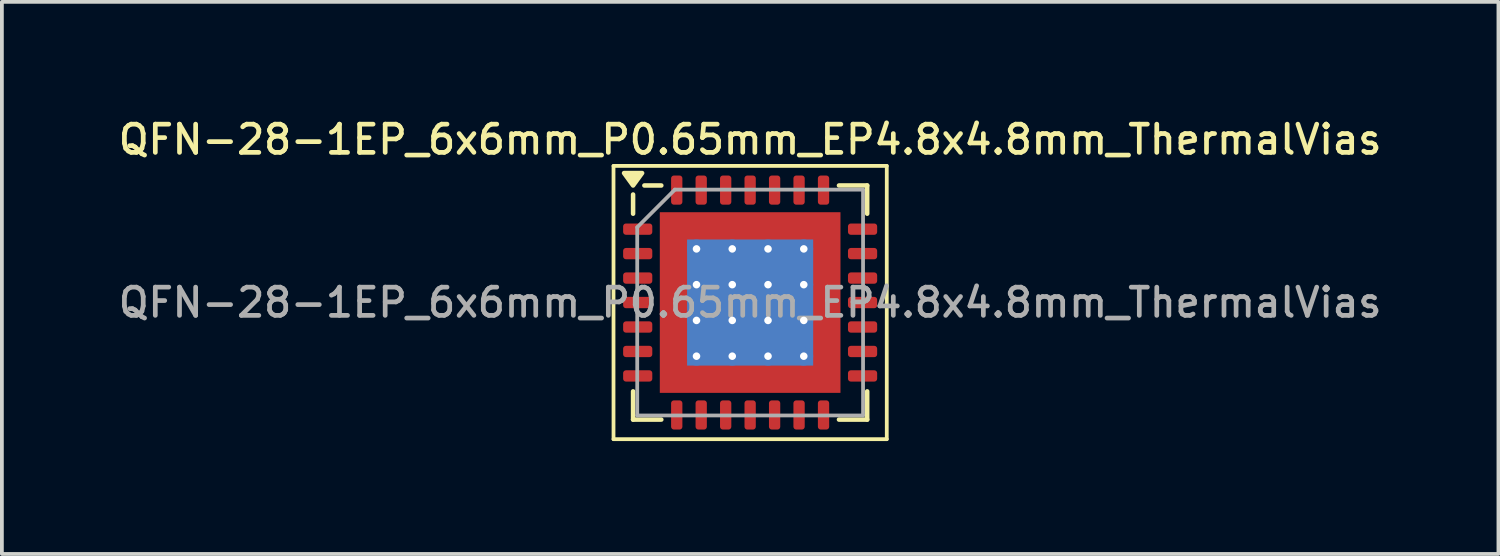
<source format=kicad_pcb>
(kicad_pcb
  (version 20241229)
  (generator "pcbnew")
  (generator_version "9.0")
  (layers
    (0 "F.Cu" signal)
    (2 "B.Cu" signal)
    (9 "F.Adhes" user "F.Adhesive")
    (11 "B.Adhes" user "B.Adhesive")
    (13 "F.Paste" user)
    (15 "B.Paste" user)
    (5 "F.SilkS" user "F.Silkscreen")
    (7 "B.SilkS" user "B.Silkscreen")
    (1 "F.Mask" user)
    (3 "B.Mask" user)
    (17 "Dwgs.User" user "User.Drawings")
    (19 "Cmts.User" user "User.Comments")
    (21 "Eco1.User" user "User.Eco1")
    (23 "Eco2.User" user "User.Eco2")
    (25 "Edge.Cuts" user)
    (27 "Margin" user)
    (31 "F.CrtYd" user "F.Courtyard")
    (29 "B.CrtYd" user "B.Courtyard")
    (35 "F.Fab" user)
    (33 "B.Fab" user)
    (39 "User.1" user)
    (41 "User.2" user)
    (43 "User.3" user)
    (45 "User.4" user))
  (footprint "QFN-28-1EP_6x6mm_P0.65mm_EP4.8x4.8mm_ThermalVias"
    (layer "F.Cu")
    (at 16.88 4.988)
    (property "Reference" "QFN-28-1EP_6x6mm_P0.65mm_EP4.8x4.8mm_ThermalVias" (at 0 -4.33 0) (layer "F.SilkS") (effects (font (size 0.75 0.75) (thickness 0.125))))
    (attr smd)
    (fp_line (start -3.63 -3.63) (end -3.63 3.63) (stroke (width 0.1) (type solid)) (layer "F.SilkS"))
    (fp_line (start -3.63 3.63) (end 3.63 3.63) (stroke (width 0.1) (type solid)) (layer "F.SilkS"))
    (fp_line (start -3.11 -2.36) (end -3.11 -2.87) (stroke (width 0.12) (type solid)) (layer "F.SilkS"))
    (fp_line (start -3.11 3.11) (end -3.11 2.36) (stroke (width 0.12) (type solid)) (layer "F.SilkS"))
    (fp_line (start -2.36 -3.11) (end -2.81 -3.11) (stroke (width 0.12) (type solid)) (layer "F.SilkS"))
    (fp_line (start -2.36 3.11) (end -3.11 3.11) (stroke (width 0.12) (type solid)) (layer "F.SilkS"))
    (fp_line (start 2.36 -3.11) (end 3.11 -3.11) (stroke (width 0.12) (type solid)) (layer "F.SilkS"))
    (fp_line (start 2.36 3.11) (end 3.11 3.11) (stroke (width 0.12) (type solid)) (layer "F.SilkS"))
    (fp_line (start 3.11 -3.11) (end 3.11 -2.36) (stroke (width 0.12) (type solid)) (layer "F.SilkS"))
    (fp_line (start 3.11 3.11) (end 3.11 2.36) (stroke (width 0.12) (type solid)) (layer "F.SilkS"))
    (fp_line (start 3.63 -3.63) (end -3.63 -3.63) (stroke (width 0.1) (type solid)) (layer "F.SilkS"))
    (fp_line (start 3.63 3.63) (end 3.63 -3.63) (stroke (width 0.1) (type solid)) (layer "F.SilkS"))
    (fp_poly (pts (xy -3.11 -3.11) (xy -3.35 -3.44) (xy -2.87 -3.44) (xy -3.11 -3.11)) (stroke (width 0.12) (type solid)) (fill yes) (layer "F.SilkS"))
    (fp_line (start -3 -2) (end -2 -3) (stroke (width 0.1) (type solid)) (layer "F.Fab"))
    (fp_line (start -3 3) (end -3 -2) (stroke (width 0.1) (type solid)) (layer "F.Fab"))
    (fp_line (start -2 -3) (end 3 -3) (stroke (width 0.1) (type solid)) (layer "F.Fab"))
    (fp_line (start 3 -3) (end 3 3) (stroke (width 0.1) (type solid)) (layer "F.Fab"))
    (fp_line (start 3 3) (end -3 3) (stroke (width 0.1) (type solid)) (layer "F.Fab"))
    (fp_text user "${REFERENCE}" (at 0 0 0) (layer "F.Fab") (effects (font (size 0.75 0.75) (thickness 0.125))))
    (pad "" smd roundrect (at -1.913 -1.913) (size 0.786 0.786) (layers "F.Paste") (roundrect_rratio 0.25))
    (pad "" smd roundrect (at -1.913 -0.95) (size 0.786 0.766) (layers "F.Paste") (roundrect_rratio 0.25))
    (pad "" smd roundrect (at -1.913 0) (size 0.786 0.766) (layers "F.Paste") (roundrect_rratio 0.25))
    (pad "" smd roundrect (at -1.913 0.95) (size 0.786 0.766) (layers "F.Paste") (roundrect_rratio 0.25))
    (pad "" smd roundrect (at -1.913 1.913) (size 0.786 0.786) (layers "F.Paste") (roundrect_rratio 0.25))
    (pad "" smd roundrect (at -0.95 -1.913) (size 0.766 0.786) (layers "F.Paste") (roundrect_rratio 0.25))
    (pad "" smd roundrect (at -0.95 -0.95) (size 0.766 0.766) (layers "F.Paste") (roundrect_rratio 0.25))
    (pad "" smd roundrect (at -0.95 0) (size 0.766 0.766) (layers "F.Paste") (roundrect_rratio 0.25))
    (pad "" smd roundrect (at -0.95 0.95) (size 0.766 0.766) (layers "F.Paste") (roundrect_rratio 0.25))
    (pad "" smd roundrect (at -0.95 1.913) (size 0.766 0.786) (layers "F.Paste") (roundrect_rratio 0.25))
    (pad "" smd roundrect (at 0 -1.913) (size 0.766 0.786) (layers "F.Paste") (roundrect_rratio 0.25))
    (pad "" smd roundrect (at 0 -0.95) (size 0.766 0.766) (layers "F.Paste") (roundrect_rratio 0.25))
    (pad "" smd roundrect (at 0 0) (size 0.766 0.766) (layers "F.Paste") (roundrect_rratio 0.25))
    (pad "" smd roundrect (at 0 0.95) (size 0.766 0.766) (layers "F.Paste") (roundrect_rratio 0.25))
    (pad "" smd roundrect (at 0 1.913) (size 0.766 0.786) (layers "F.Paste") (roundrect_rratio 0.25))
    (pad "" smd roundrect (at 0.95 -1.913) (size 0.766 0.786) (layers "F.Paste") (roundrect_rratio 0.25))
    (pad "" smd roundrect (at 0.95 -0.95) (size 0.766 0.766) (layers "F.Paste") (roundrect_rratio 0.25))
    (pad "" smd roundrect (at 0.95 0) (size 0.766 0.766) (layers "F.Paste") (roundrect_rratio 0.25))
    (pad "" smd roundrect (at 0.95 0.95) (size 0.766 0.766) (layers "F.Paste") (roundrect_rratio 0.25))
    (pad "" smd roundrect (at 0.95 1.913) (size 0.766 0.786) (layers "F.Paste") (roundrect_rratio 0.25))
    (pad "" smd roundrect (at 1.913 -1.913) (size 0.786 0.786) (layers "F.Paste") (roundrect_rratio 0.25))
    (pad "" smd roundrect (at 1.913 -0.95) (size 0.786 0.766) (layers "F.Paste") (roundrect_rratio 0.25))
    (pad "" smd roundrect (at 1.913 0) (size 0.786 0.766) (layers "F.Paste") (roundrect_rratio 0.25))
    (pad "" smd roundrect (at 1.913 0.95) (size 0.786 0.766) (layers "F.Paste") (roundrect_rratio 0.25))
    (pad "" smd roundrect (at 1.913 1.913) (size 0.786 0.786) (layers "F.Paste") (roundrect_rratio 0.25))
    (pad "1" smd roundrect (at -2.987 -1.95) (size 0.775 0.3) (layers "F.Cu" "F.Mask" "F.Paste") (roundrect_rratio 0.25))
    (pad "2" smd roundrect (at -2.987 -1.3) (size 0.775 0.3) (layers "F.Cu" "F.Mask" "F.Paste") (roundrect_rratio 0.25))
    (pad "3" smd roundrect (at -2.987 -0.65) (size 0.775 0.3) (layers "F.Cu" "F.Mask" "F.Paste") (roundrect_rratio 0.25))
    (pad "4" smd roundrect (at -2.987 0) (size 0.775 0.3) (layers "F.Cu" "F.Mask" "F.Paste") (roundrect_rratio 0.25))
    (pad "5" smd roundrect (at -2.987 0.65) (size 0.775 0.3) (layers "F.Cu" "F.Mask" "F.Paste") (roundrect_rratio 0.25))
    (pad "6" smd roundrect (at -2.987 1.3) (size 0.775 0.3) (layers "F.Cu" "F.Mask" "F.Paste") (roundrect_rratio 0.25))
    (pad "7" smd roundrect (at -2.987 1.95) (size 0.775 0.3) (layers "F.Cu" "F.Mask" "F.Paste") (roundrect_rratio 0.25))
    (pad "8" smd roundrect (at -1.95 2.987) (size 0.3 0.775) (layers "F.Cu" "F.Mask" "F.Paste") (roundrect_rratio 0.25))
    (pad "9" smd roundrect (at -1.3 2.987) (size 0.3 0.775) (layers "F.Cu" "F.Mask" "F.Paste") (roundrect_rratio 0.25))
    (pad "10" smd roundrect (at -0.65 2.987) (size 0.3 0.775) (layers "F.Cu" "F.Mask" "F.Paste") (roundrect_rratio 0.25))
    (pad "11" smd roundrect (at 0 2.987) (size 0.3 0.775) (layers "F.Cu" "F.Mask" "F.Paste") (roundrect_rratio 0.25))
    (pad "12" smd roundrect (at 0.65 2.987) (size 0.3 0.775) (layers "F.Cu" "F.Mask" "F.Paste") (roundrect_rratio 0.25))
    (pad "13" smd roundrect (at 1.3 2.987) (size 0.3 0.775) (layers "F.Cu" "F.Mask" "F.Paste") (roundrect_rratio 0.25))
    (pad "14" smd roundrect (at 1.95 2.987) (size 0.3 0.775) (layers "F.Cu" "F.Mask" "F.Paste") (roundrect_rratio 0.25))
    (pad "15" smd roundrect (at 2.987 1.95) (size 0.775 0.3) (layers "F.Cu" "F.Mask" "F.Paste") (roundrect_rratio 0.25))
    (pad "16" smd roundrect (at 2.987 1.3) (size 0.775 0.3) (layers "F.Cu" "F.Mask" "F.Paste") (roundrect_rratio 0.25))
    (pad "17" smd roundrect (at 2.987 0.65) (size 0.775 0.3) (layers "F.Cu" "F.Mask" "F.Paste") (roundrect_rratio 0.25))
    (pad "18" smd roundrect (at 2.987 0) (size 0.775 0.3) (layers "F.Cu" "F.Mask" "F.Paste") (roundrect_rratio 0.25))
    (pad "19" smd roundrect (at 2.987 -0.65) (size 0.775 0.3) (layers "F.Cu" "F.Mask" "F.Paste") (roundrect_rratio 0.25))
    (pad "20" smd roundrect (at 2.987 -1.3) (size 0.775 0.3) (layers "F.Cu" "F.Mask" "F.Paste") (roundrect_rratio 0.25))
    (pad "21" smd roundrect (at 2.987 -1.95) (size 0.775 0.3) (layers "F.Cu" "F.Mask" "F.Paste") (roundrect_rratio 0.25))
    (pad "22" smd roundrect (at 1.95 -2.987) (size 0.3 0.775) (layers "F.Cu" "F.Mask" "F.Paste") (roundrect_rratio 0.25))
    (pad "23" smd roundrect (at 1.3 -2.987) (size 0.3 0.775) (layers "F.Cu" "F.Mask" "F.Paste") (roundrect_rratio 0.25))
    (pad "24" smd roundrect (at 0.65 -2.987) (size 0.3 0.775) (layers "F.Cu" "F.Mask" "F.Paste") (roundrect_rratio 0.25))
    (pad "25" smd roundrect (at 0 -2.987) (size 0.3 0.775) (layers "F.Cu" "F.Mask" "F.Paste") (roundrect_rratio 0.25))
    (pad "26" smd roundrect (at -0.65 -2.987) (size 0.3 0.775) (layers "F.Cu" "F.Mask" "F.Paste") (roundrect_rratio 0.25))
    (pad "27" smd roundrect (at -1.3 -2.987) (size 0.3 0.775) (layers "F.Cu" "F.Mask" "F.Paste") (roundrect_rratio 0.25))
    (pad "28" smd roundrect (at -1.95 -2.987) (size 0.3 0.775) (layers "F.Cu" "F.Mask" "F.Paste") (roundrect_rratio 0.25))
    (pad "29" thru_hole circle (at -1.425 -1.425) (size 0.5 0.5) (drill 0.2) (property pad_prop_heatsink) (layers "*.Cu"))
    (pad "29" thru_hole circle (at -1.425 -0.475) (size 0.5 0.5) (drill 0.2) (property pad_prop_heatsink) (layers "*.Cu"))
    (pad "29" thru_hole circle (at -1.425 0.475) (size 0.5 0.5) (drill 0.2) (property pad_prop_heatsink) (layers "*.Cu"))
    (pad "29" thru_hole circle (at -1.425 1.425) (size 0.5 0.5) (drill 0.2) (property pad_prop_heatsink) (layers "*.Cu"))
    (pad "29" thru_hole circle (at -0.475 -1.425) (size 0.5 0.5) (drill 0.2) (property pad_prop_heatsink) (layers "*.Cu"))
    (pad "29" thru_hole circle (at -0.475 -0.475) (size 0.5 0.5) (drill 0.2) (property pad_prop_heatsink) (layers "*.Cu"))
    (pad "29" thru_hole circle (at -0.475 0.475) (size 0.5 0.5) (drill 0.2) (property pad_prop_heatsink) (layers "*.Cu"))
    (pad "29" thru_hole circle (at -0.475 1.425) (size 0.5 0.5) (drill 0.2) (property pad_prop_heatsink) (layers "*.Cu"))
    (pad "29" smd rect (at 0 0) (size 3.35 3.35) (property pad_prop_heatsink) (layers "B.Cu"))
    (pad "29" smd rect (at 0 0) (size 4.8 4.8) (property pad_prop_heatsink) (layers "F.Cu" "F.Mask"))
    (pad "29" thru_hole circle (at 0.475 -1.425) (size 0.5 0.5) (drill 0.2) (property pad_prop_heatsink) (layers "*.Cu"))
    (pad "29" thru_hole circle (at 0.475 -0.475) (size 0.5 0.5) (drill 0.2) (property pad_prop_heatsink) (layers "*.Cu"))
    (pad "29" thru_hole circle (at 0.475 0.475) (size 0.5 0.5) (drill 0.2) (property pad_prop_heatsink) (layers "*.Cu"))
    (pad "29" thru_hole circle (at 0.475 1.425) (size 0.5 0.5) (drill 0.2) (property pad_prop_heatsink) (layers "*.Cu"))
    (pad "29" thru_hole circle (at 1.425 -1.425) (size 0.5 0.5) (drill 0.2) (property pad_prop_heatsink) (layers "*.Cu"))
    (pad "29" thru_hole circle (at 1.425 -0.475) (size 0.5 0.5) (drill 0.2) (property pad_prop_heatsink) (layers "*.Cu"))
    (pad "29" thru_hole circle (at 1.425 0.475) (size 0.5 0.5) (drill 0.2) (property pad_prop_heatsink) (layers "*.Cu"))
    (pad "29" thru_hole circle (at 1.425 1.425) (size 0.5 0.5) (drill 0.2) (property pad_prop_heatsink) (layers "*.Cu")))
  (gr_rect
    (start -3 -3)
    (end 36.761 11.668)
    (stroke (width 0.1) (type default))
    (fill no)
    (layer "Edge.Cuts")))
</source>
